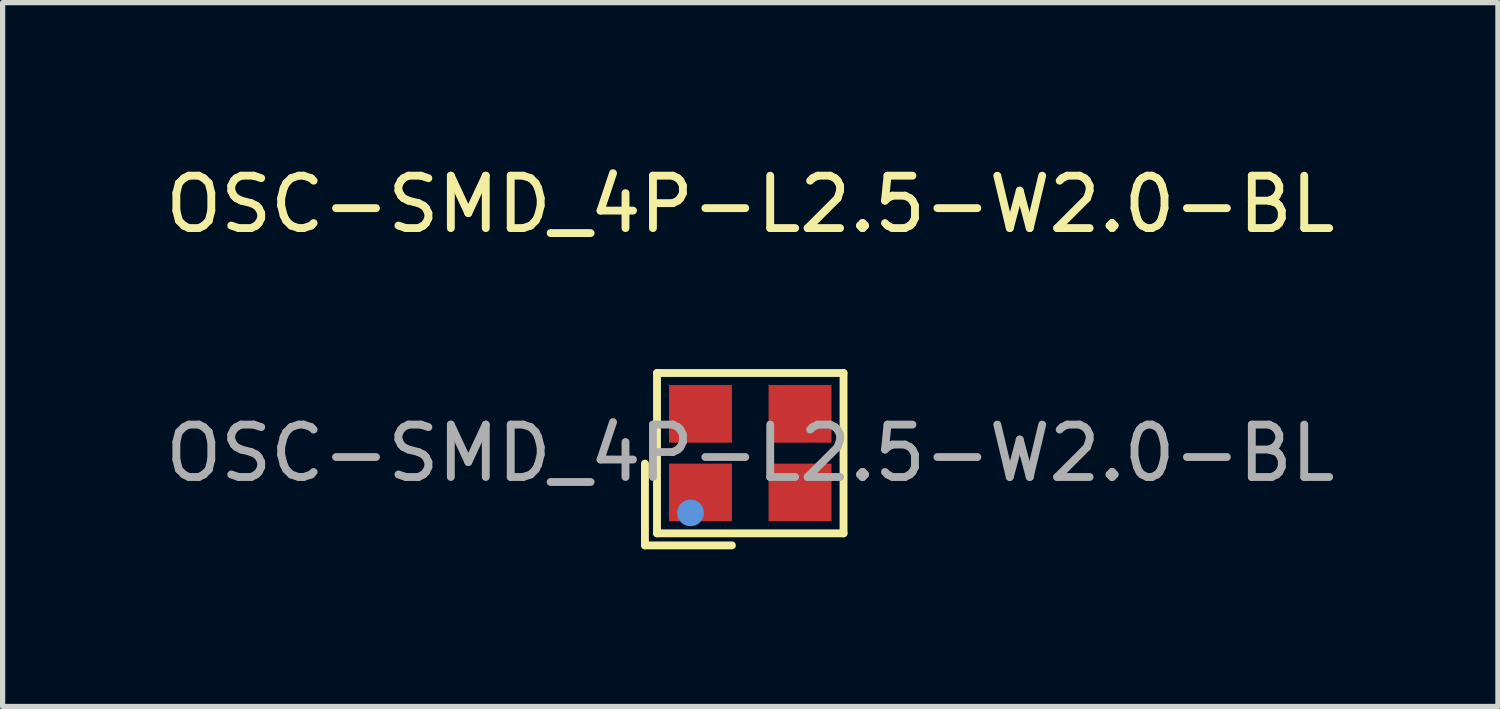
<source format=kicad_pcb>
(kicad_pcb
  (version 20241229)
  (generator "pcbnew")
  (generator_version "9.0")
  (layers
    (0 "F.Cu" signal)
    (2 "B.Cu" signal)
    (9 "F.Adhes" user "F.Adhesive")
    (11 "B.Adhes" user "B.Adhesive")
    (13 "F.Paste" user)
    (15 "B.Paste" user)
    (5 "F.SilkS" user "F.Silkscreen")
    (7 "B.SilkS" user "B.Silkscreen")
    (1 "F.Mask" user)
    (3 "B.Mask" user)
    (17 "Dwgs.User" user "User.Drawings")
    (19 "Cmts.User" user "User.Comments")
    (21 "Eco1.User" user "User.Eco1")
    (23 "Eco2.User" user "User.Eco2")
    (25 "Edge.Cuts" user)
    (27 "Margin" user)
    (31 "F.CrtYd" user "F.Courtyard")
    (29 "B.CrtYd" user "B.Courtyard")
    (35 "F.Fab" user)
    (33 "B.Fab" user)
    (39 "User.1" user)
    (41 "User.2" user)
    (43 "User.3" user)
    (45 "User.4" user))
  (footprint "OSC-SMD_4P-L2.5-W2.0-BL"
    (layer "F.Cu")
    (at 11.268 5.598)
    (property "Reference" "OSC-SMD_4P-L2.5-W2.0-BL" (at 0 -4.75 0) (layer "F.SilkS") (effects (font (size 1 1) (thickness 0.15))))
    (attr through_hole)
    (fp_line (start -2.01 0.2) (end -2.01 1.76) (stroke (width 0.15) (type solid)) (layer "F.SilkS"))
    (fp_line (start -2.01 1.76) (end -0.35 1.76) (stroke (width 0.15) (type solid)) (layer "F.SilkS"))
    (fp_line (start -1.78 -1.53) (end 1.78 -1.53) (stroke (width 0.15) (type solid)) (layer "F.SilkS"))
    (fp_line (start -1.78 1.53) (end -1.78 -1.53) (stroke (width 0.15) (type solid)) (layer "F.SilkS"))
    (fp_line (start 1.78 -1.53) (end 1.78 1.53) (stroke (width 0.15) (type solid)) (layer "F.SilkS"))
    (fp_line (start 1.78 1.53) (end -1.78 1.53) (stroke (width 0.15) (type solid)) (layer "F.SilkS"))
    (fp_circle (center -1.14 1.14) (end -1.01 1.14) (stroke (width 0.25) (type solid)) (fill no) (layer "Cmts.User"))
    (fp_circle (center -1.25 1) (end -1.22 1) (stroke (width 0.06) (type solid)) (fill no) (layer "F.Fab"))
    (fp_text user "${REFERENCE}" (at 0 0 0) (layer "F.Fab") (effects (font (size 1 1) (thickness 0.15))))
    (pad "1" smd rect (at -0.95 0.75) (size 1.2 1.1) (layers "F.Cu" "F.Mask" "F.Paste"))
    (pad "2" smd rect (at 0.95 0.75) (size 1.2 1.1) (layers "F.Cu" "F.Mask" "F.Paste"))
    (pad "3" smd rect (at 0.95 -0.75) (size 1.2 1.1) (layers "F.Cu" "F.Mask" "F.Paste"))
    (pad "4" smd rect (at -0.95 -0.75) (size 1.2 1.1) (layers "F.Cu" "F.Mask" "F.Paste")))
  (gr_rect
    (start -3 -3)
    (end 25.536 10.433)
    (stroke (width 0.1) (type default))
    (fill no)
    (layer "Edge.Cuts")))
</source>
